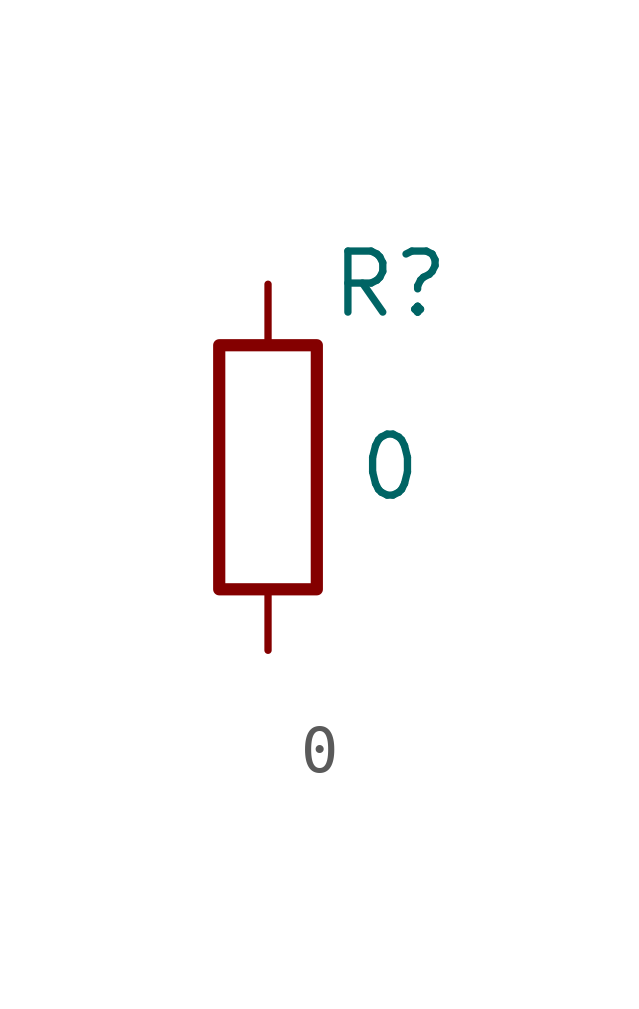
<source format=kicad_sym>
(kicad_symbol_lib
  (version 20211014)
  (generator kicad_symbol_editor)
  (symbol "0"
    (pin_numbers hide)
    (pin_names
      (offset 1.016) hide)
    (property "Reference" "R"
      (at 2.54 3.81 0)
      (effects (font (size 1.27 1.27))))
    (property "Value" "0"
      (at 2.54 0 0)
      (effects (font (size 1.27 1.27))))
    (symbol "0_1_1"
      (rectangle (start -1.016 -2.54) (end 1.016 2.54) (stroke (width 0.254) (type default) (color 0 0 0 0)) (fill (type none)))
      (pin passive line (at 0 3.81 270) (length 1.27) (name "~" (effects (font (size 1.27 1.27)))) (number "1" (effects (font (size 1.27 1.27)))))
      (pin passive line (at 0 -3.81 90) (length 1.27) (name "~" (effects (font (size 1.27 1.27)))) (number "2" (effects (font (size 1.27 1.27))))))))
</source>
